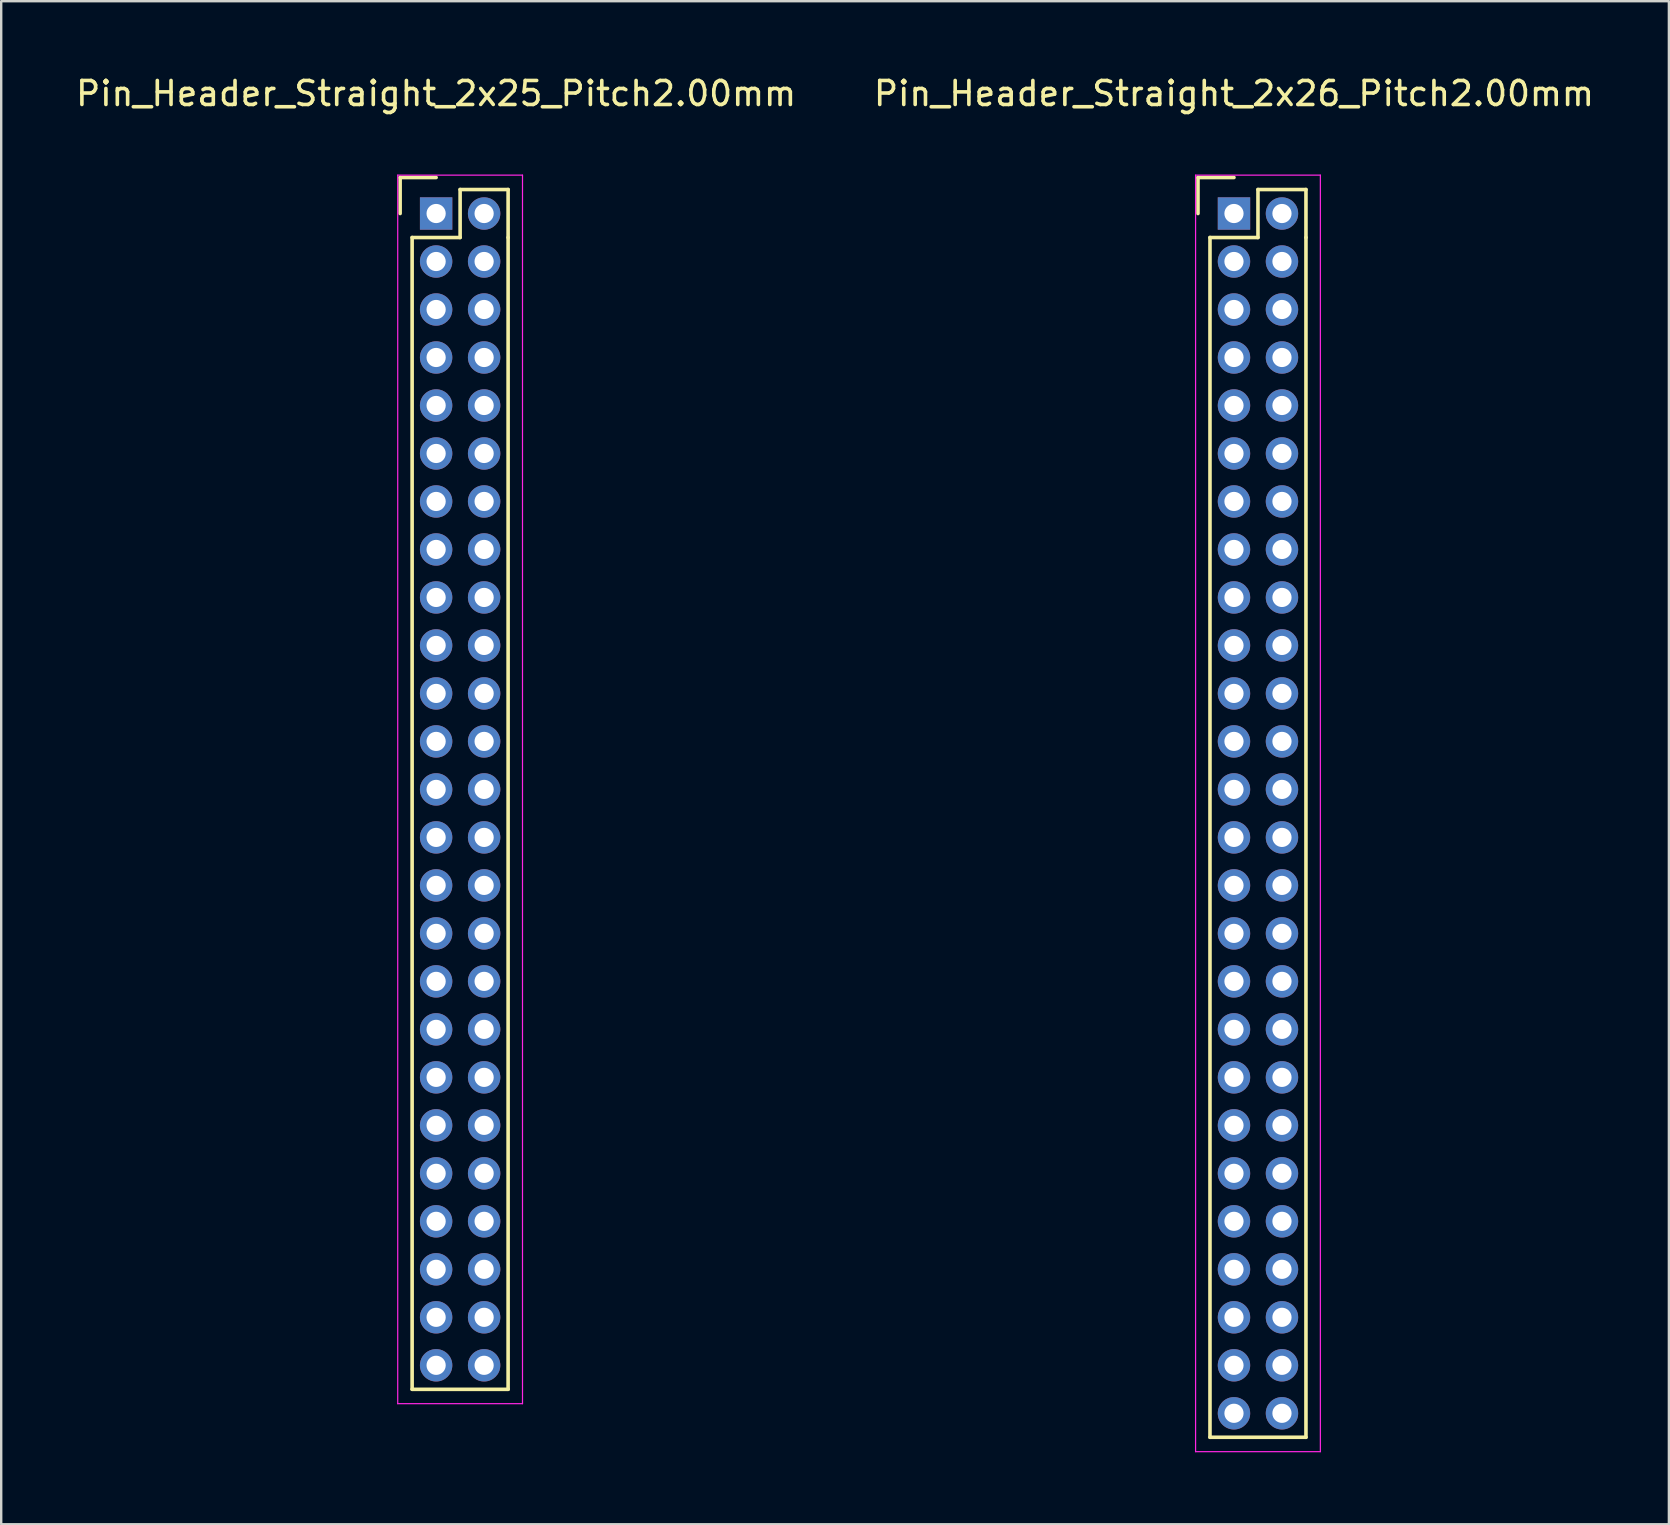
<source format=kicad_pcb>
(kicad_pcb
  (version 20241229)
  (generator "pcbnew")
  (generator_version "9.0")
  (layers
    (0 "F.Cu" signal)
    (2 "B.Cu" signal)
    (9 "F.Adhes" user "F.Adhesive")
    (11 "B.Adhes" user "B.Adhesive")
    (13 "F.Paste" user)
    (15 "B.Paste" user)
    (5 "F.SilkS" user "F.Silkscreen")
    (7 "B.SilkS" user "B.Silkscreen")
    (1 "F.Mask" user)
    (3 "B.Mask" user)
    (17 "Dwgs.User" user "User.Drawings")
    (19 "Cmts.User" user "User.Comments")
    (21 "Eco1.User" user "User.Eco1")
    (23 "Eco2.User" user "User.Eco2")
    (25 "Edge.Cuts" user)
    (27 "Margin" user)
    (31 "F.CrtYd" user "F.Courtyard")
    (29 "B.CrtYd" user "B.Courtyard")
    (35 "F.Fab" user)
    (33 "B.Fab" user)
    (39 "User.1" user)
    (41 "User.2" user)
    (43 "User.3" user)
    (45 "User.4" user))
  (footprint "Pin_Header_Straight_2x26_Pitch2.00mm"
    (layer "F.Cu")
    (at 48.375 5.848)
    (property "Reference" "Pin_Header_Straight_2x26_Pitch2.00mm" (at 0 -5 0) (layer "F.SilkS") (effects (font (size 1 1) (thickness 0.15))))
    (attr through_hole)
    (fp_line (start -1.5 -1.5) (end 0 -1.5) (stroke (width 0.15) (type solid)) (layer "F.SilkS"))
    (fp_line (start -1.5 0) (end -1.5 -1.5) (stroke (width 0.15) (type solid)) (layer "F.SilkS"))
    (fp_line (start -1 1) (end 1 1) (stroke (width 0.15) (type solid)) (layer "F.SilkS"))
    (fp_line (start -1 51) (end -1 1) (stroke (width 0.15) (type solid)) (layer "F.SilkS"))
    (fp_line (start 1 -1) (end 3 -1) (stroke (width 0.15) (type solid)) (layer "F.SilkS"))
    (fp_line (start 1 1) (end 1 -1) (stroke (width 0.15) (type solid)) (layer "F.SilkS"))
    (fp_line (start 3 -1) (end 3 1) (stroke (width 0.15) (type solid)) (layer "F.SilkS"))
    (fp_line (start 3 1) (end 3 51) (stroke (width 0.15) (type solid)) (layer "F.SilkS"))
    (fp_line (start 3 51) (end -1 51) (stroke (width 0.15) (type solid)) (layer "F.SilkS"))
    (fp_line (start -1.6 -1.6) (end 3.6 -1.6) (stroke (width 0.05) (type solid)) (layer "F.CrtYd"))
    (fp_line (start -1.6 51.6) (end -1.6 -1.6) (stroke (width 0.05) (type solid)) (layer "F.CrtYd"))
    (fp_line (start 3.6 -1.6) (end 3.6 51.6) (stroke (width 0.05) (type solid)) (layer "F.CrtYd"))
    (fp_line (start 3.6 51.6) (end -1.6 51.6) (stroke (width 0.05) (type solid)) (layer "F.CrtYd"))
    (pad "1" thru_hole rect (at 0 0) (size 1.35 1.35) (drill 0.8) (layers "*.Cu" "*.Mask"))
    (pad "2" thru_hole circle (at 2 0) (size 1.35 1.35) (drill 0.8) (layers "*.Cu" "*.Mask"))
    (pad "3" thru_hole circle (at 0 2) (size 1.35 1.35) (drill 0.8) (layers "*.Cu" "*.Mask"))
    (pad "4" thru_hole circle (at 2 2) (size 1.35 1.35) (drill 0.8) (layers "*.Cu" "*.Mask"))
    (pad "5" thru_hole circle (at 0 4) (size 1.35 1.35) (drill 0.8) (layers "*.Cu" "*.Mask"))
    (pad "6" thru_hole circle (at 2 4) (size 1.35 1.35) (drill 0.8) (layers "*.Cu" "*.Mask"))
    (pad "7" thru_hole circle (at 0 6) (size 1.35 1.35) (drill 0.8) (layers "*.Cu" "*.Mask"))
    (pad "8" thru_hole circle (at 2 6) (size 1.35 1.35) (drill 0.8) (layers "*.Cu" "*.Mask"))
    (pad "9" thru_hole circle (at 0 8) (size 1.35 1.35) (drill 0.8) (layers "*.Cu" "*.Mask"))
    (pad "10" thru_hole circle (at 2 8) (size 1.35 1.35) (drill 0.8) (layers "*.Cu" "*.Mask"))
    (pad "11" thru_hole circle (at 0 10) (size 1.35 1.35) (drill 0.8) (layers "*.Cu" "*.Mask"))
    (pad "12" thru_hole circle (at 2 10) (size 1.35 1.35) (drill 0.8) (layers "*.Cu" "*.Mask"))
    (pad "13" thru_hole circle (at 0 12) (size 1.35 1.35) (drill 0.8) (layers "*.Cu" "*.Mask"))
    (pad "14" thru_hole circle (at 2 12) (size 1.35 1.35) (drill 0.8) (layers "*.Cu" "*.Mask"))
    (pad "15" thru_hole circle (at 0 14) (size 1.35 1.35) (drill 0.8) (layers "*.Cu" "*.Mask"))
    (pad "16" thru_hole circle (at 2 14) (size 1.35 1.35) (drill 0.8) (layers "*.Cu" "*.Mask"))
    (pad "17" thru_hole circle (at 0 16) (size 1.35 1.35) (drill 0.8) (layers "*.Cu" "*.Mask"))
    (pad "18" thru_hole circle (at 2 16) (size 1.35 1.35) (drill 0.8) (layers "*.Cu" "*.Mask"))
    (pad "19" thru_hole circle (at 0 18) (size 1.35 1.35) (drill 0.8) (layers "*.Cu" "*.Mask"))
    (pad "20" thru_hole circle (at 2 18) (size 1.35 1.35) (drill 0.8) (layers "*.Cu" "*.Mask"))
    (pad "21" thru_hole circle (at 0 20) (size 1.35 1.35) (drill 0.8) (layers "*.Cu" "*.Mask"))
    (pad "22" thru_hole circle (at 2 20) (size 1.35 1.35) (drill 0.8) (layers "*.Cu" "*.Mask"))
    (pad "23" thru_hole circle (at 0 22) (size 1.35 1.35) (drill 0.8) (layers "*.Cu" "*.Mask"))
    (pad "24" thru_hole circle (at 2 22) (size 1.35 1.35) (drill 0.8) (layers "*.Cu" "*.Mask"))
    (pad "25" thru_hole circle (at 0 24) (size 1.35 1.35) (drill 0.8) (layers "*.Cu" "*.Mask"))
    (pad "26" thru_hole circle (at 2 24) (size 1.35 1.35) (drill 0.8) (layers "*.Cu" "*.Mask"))
    (pad "27" thru_hole circle (at 0 26) (size 1.35 1.35) (drill 0.8) (layers "*.Cu" "*.Mask"))
    (pad "28" thru_hole circle (at 2 26) (size 1.35 1.35) (drill 0.8) (layers "*.Cu" "*.Mask"))
    (pad "29" thru_hole circle (at 0 28) (size 1.35 1.35) (drill 0.8) (layers "*.Cu" "*.Mask"))
    (pad "30" thru_hole circle (at 2 28) (size 1.35 1.35) (drill 0.8) (layers "*.Cu" "*.Mask"))
    (pad "31" thru_hole circle (at 0 30) (size 1.35 1.35) (drill 0.8) (layers "*.Cu" "*.Mask"))
    (pad "32" thru_hole circle (at 2 30) (size 1.35 1.35) (drill 0.8) (layers "*.Cu" "*.Mask"))
    (pad "33" thru_hole circle (at 0 32) (size 1.35 1.35) (drill 0.8) (layers "*.Cu" "*.Mask"))
    (pad "34" thru_hole circle (at 2 32) (size 1.35 1.35) (drill 0.8) (layers "*.Cu" "*.Mask"))
    (pad "35" thru_hole circle (at 0 34) (size 1.35 1.35) (drill 0.8) (layers "*.Cu" "*.Mask"))
    (pad "36" thru_hole circle (at 2 34) (size 1.35 1.35) (drill 0.8) (layers "*.Cu" "*.Mask"))
    (pad "37" thru_hole circle (at 0 36) (size 1.35 1.35) (drill 0.8) (layers "*.Cu" "*.Mask"))
    (pad "38" thru_hole circle (at 2 36) (size 1.35 1.35) (drill 0.8) (layers "*.Cu" "*.Mask"))
    (pad "39" thru_hole circle (at 0 38) (size 1.35 1.35) (drill 0.8) (layers "*.Cu" "*.Mask"))
    (pad "40" thru_hole circle (at 2 38) (size 1.35 1.35) (drill 0.8) (layers "*.Cu" "*.Mask"))
    (pad "41" thru_hole circle (at 0 40) (size 1.35 1.35) (drill 0.8) (layers "*.Cu" "*.Mask"))
    (pad "42" thru_hole circle (at 2 40) (size 1.35 1.35) (drill 0.8) (layers "*.Cu" "*.Mask"))
    (pad "43" thru_hole circle (at 0 42) (size 1.35 1.35) (drill 0.8) (layers "*.Cu" "*.Mask"))
    (pad "44" thru_hole circle (at 2 42) (size 1.35 1.35) (drill 0.8) (layers "*.Cu" "*.Mask"))
    (pad "45" thru_hole circle (at 0 44) (size 1.35 1.35) (drill 0.8) (layers "*.Cu" "*.Mask"))
    (pad "46" thru_hole circle (at 2 44) (size 1.35 1.35) (drill 0.8) (layers "*.Cu" "*.Mask"))
    (pad "47" thru_hole circle (at 0 46) (size 1.35 1.35) (drill 0.8) (layers "*.Cu" "*.Mask"))
    (pad "48" thru_hole circle (at 2 46) (size 1.35 1.35) (drill 0.8) (layers "*.Cu" "*.Mask"))
    (pad "49" thru_hole circle (at 0 48) (size 1.35 1.35) (drill 0.8) (layers "*.Cu" "*.Mask"))
    (pad "50" thru_hole circle (at 2 48) (size 1.35 1.35) (drill 0.8) (layers "*.Cu" "*.Mask"))
    (pad "51" thru_hole circle (at 0 50) (size 1.35 1.35) (drill 0.8) (layers "*.Cu" "*.Mask"))
    (pad "52" thru_hole circle (at 2 50) (size 1.35 1.35) (drill 0.8) (layers "*.Cu" "*.Mask")))
  (footprint "Pin_Header_Straight_2x25_Pitch2.00mm"
    (layer "F.Cu")
    (at 15.125 5.848)
    (property "Reference" "Pin_Header_Straight_2x25_Pitch2.00mm" (at 0 -5 0) (layer "F.SilkS") (effects (font (size 1 1) (thickness 0.15))))
    (attr through_hole)
    (fp_line (start -1.5 -1.5) (end 0 -1.5) (stroke (width 0.15) (type solid)) (layer "F.SilkS"))
    (fp_line (start -1.5 0) (end -1.5 -1.5) (stroke (width 0.15) (type solid)) (layer "F.SilkS"))
    (fp_line (start -1 1) (end 1 1) (stroke (width 0.15) (type solid)) (layer "F.SilkS"))
    (fp_line (start -1 49) (end -1 1) (stroke (width 0.15) (type solid)) (layer "F.SilkS"))
    (fp_line (start 1 -1) (end 3 -1) (stroke (width 0.15) (type solid)) (layer "F.SilkS"))
    (fp_line (start 1 1) (end 1 -1) (stroke (width 0.15) (type solid)) (layer "F.SilkS"))
    (fp_line (start 3 -1) (end 3 1) (stroke (width 0.15) (type solid)) (layer "F.SilkS"))
    (fp_line (start 3 1) (end 3 49) (stroke (width 0.15) (type solid)) (layer "F.SilkS"))
    (fp_line (start 3 49) (end -1 49) (stroke (width 0.15) (type solid)) (layer "F.SilkS"))
    (fp_line (start -1.6 -1.6) (end 3.6 -1.6) (stroke (width 0.05) (type solid)) (layer "F.CrtYd"))
    (fp_line (start -1.6 49.6) (end -1.6 -1.6) (stroke (width 0.05) (type solid)) (layer "F.CrtYd"))
    (fp_line (start 3.6 -1.6) (end 3.6 49.6) (stroke (width 0.05) (type solid)) (layer "F.CrtYd"))
    (fp_line (start 3.6 49.6) (end -1.6 49.6) (stroke (width 0.05) (type solid)) (layer "F.CrtYd"))
    (pad "1" thru_hole rect (at 0 0) (size 1.35 1.35) (drill 0.8) (layers "*.Cu" "*.Mask"))
    (pad "2" thru_hole circle (at 2 0) (size 1.35 1.35) (drill 0.8) (layers "*.Cu" "*.Mask"))
    (pad "3" thru_hole circle (at 0 2) (size 1.35 1.35) (drill 0.8) (layers "*.Cu" "*.Mask"))
    (pad "4" thru_hole circle (at 2 2) (size 1.35 1.35) (drill 0.8) (layers "*.Cu" "*.Mask"))
    (pad "5" thru_hole circle (at 0 4) (size 1.35 1.35) (drill 0.8) (layers "*.Cu" "*.Mask"))
    (pad "6" thru_hole circle (at 2 4) (size 1.35 1.35) (drill 0.8) (layers "*.Cu" "*.Mask"))
    (pad "7" thru_hole circle (at 0 6) (size 1.35 1.35) (drill 0.8) (layers "*.Cu" "*.Mask"))
    (pad "8" thru_hole circle (at 2 6) (size 1.35 1.35) (drill 0.8) (layers "*.Cu" "*.Mask"))
    (pad "9" thru_hole circle (at 0 8) (size 1.35 1.35) (drill 0.8) (layers "*.Cu" "*.Mask"))
    (pad "10" thru_hole circle (at 2 8) (size 1.35 1.35) (drill 0.8) (layers "*.Cu" "*.Mask"))
    (pad "11" thru_hole circle (at 0 10) (size 1.35 1.35) (drill 0.8) (layers "*.Cu" "*.Mask"))
    (pad "12" thru_hole circle (at 2 10) (size 1.35 1.35) (drill 0.8) (layers "*.Cu" "*.Mask"))
    (pad "13" thru_hole circle (at 0 12) (size 1.35 1.35) (drill 0.8) (layers "*.Cu" "*.Mask"))
    (pad "14" thru_hole circle (at 2 12) (size 1.35 1.35) (drill 0.8) (layers "*.Cu" "*.Mask"))
    (pad "15" thru_hole circle (at 0 14) (size 1.35 1.35) (drill 0.8) (layers "*.Cu" "*.Mask"))
    (pad "16" thru_hole circle (at 2 14) (size 1.35 1.35) (drill 0.8) (layers "*.Cu" "*.Mask"))
    (pad "17" thru_hole circle (at 0 16) (size 1.35 1.35) (drill 0.8) (layers "*.Cu" "*.Mask"))
    (pad "18" thru_hole circle (at 2 16) (size 1.35 1.35) (drill 0.8) (layers "*.Cu" "*.Mask"))
    (pad "19" thru_hole circle (at 0 18) (size 1.35 1.35) (drill 0.8) (layers "*.Cu" "*.Mask"))
    (pad "20" thru_hole circle (at 2 18) (size 1.35 1.35) (drill 0.8) (layers "*.Cu" "*.Mask"))
    (pad "21" thru_hole circle (at 0 20) (size 1.35 1.35) (drill 0.8) (layers "*.Cu" "*.Mask"))
    (pad "22" thru_hole circle (at 2 20) (size 1.35 1.35) (drill 0.8) (layers "*.Cu" "*.Mask"))
    (pad "23" thru_hole circle (at 0 22) (size 1.35 1.35) (drill 0.8) (layers "*.Cu" "*.Mask"))
    (pad "24" thru_hole circle (at 2 22) (size 1.35 1.35) (drill 0.8) (layers "*.Cu" "*.Mask"))
    (pad "25" thru_hole circle (at 0 24) (size 1.35 1.35) (drill 0.8) (layers "*.Cu" "*.Mask"))
    (pad "26" thru_hole circle (at 2 24) (size 1.35 1.35) (drill 0.8) (layers "*.Cu" "*.Mask"))
    (pad "27" thru_hole circle (at 0 26) (size 1.35 1.35) (drill 0.8) (layers "*.Cu" "*.Mask"))
    (pad "28" thru_hole circle (at 2 26) (size 1.35 1.35) (drill 0.8) (layers "*.Cu" "*.Mask"))
    (pad "29" thru_hole circle (at 0 28) (size 1.35 1.35) (drill 0.8) (layers "*.Cu" "*.Mask"))
    (pad "30" thru_hole circle (at 2 28) (size 1.35 1.35) (drill 0.8) (layers "*.Cu" "*.Mask"))
    (pad "31" thru_hole circle (at 0 30) (size 1.35 1.35) (drill 0.8) (layers "*.Cu" "*.Mask"))
    (pad "32" thru_hole circle (at 2 30) (size 1.35 1.35) (drill 0.8) (layers "*.Cu" "*.Mask"))
    (pad "33" thru_hole circle (at 0 32) (size 1.35 1.35) (drill 0.8) (layers "*.Cu" "*.Mask"))
    (pad "34" thru_hole circle (at 2 32) (size 1.35 1.35) (drill 0.8) (layers "*.Cu" "*.Mask"))
    (pad "35" thru_hole circle (at 0 34) (size 1.35 1.35) (drill 0.8) (layers "*.Cu" "*.Mask"))
    (pad "36" thru_hole circle (at 2 34) (size 1.35 1.35) (drill 0.8) (layers "*.Cu" "*.Mask"))
    (pad "37" thru_hole circle (at 0 36) (size 1.35 1.35) (drill 0.8) (layers "*.Cu" "*.Mask"))
    (pad "38" thru_hole circle (at 2 36) (size 1.35 1.35) (drill 0.8) (layers "*.Cu" "*.Mask"))
    (pad "39" thru_hole circle (at 0 38) (size 1.35 1.35) (drill 0.8) (layers "*.Cu" "*.Mask"))
    (pad "40" thru_hole circle (at 2 38) (size 1.35 1.35) (drill 0.8) (layers "*.Cu" "*.Mask"))
    (pad "41" thru_hole circle (at 0 40) (size 1.35 1.35) (drill 0.8) (layers "*.Cu" "*.Mask"))
    (pad "42" thru_hole circle (at 2 40) (size 1.35 1.35) (drill 0.8) (layers "*.Cu" "*.Mask"))
    (pad "43" thru_hole circle (at 0 42) (size 1.35 1.35) (drill 0.8) (layers "*.Cu" "*.Mask"))
    (pad "44" thru_hole circle (at 2 42) (size 1.35 1.35) (drill 0.8) (layers "*.Cu" "*.Mask"))
    (pad "45" thru_hole circle (at 0 44) (size 1.35 1.35) (drill 0.8) (layers "*.Cu" "*.Mask"))
    (pad "46" thru_hole circle (at 2 44) (size 1.35 1.35) (drill 0.8) (layers "*.Cu" "*.Mask"))
    (pad "47" thru_hole circle (at 0 46) (size 1.35 1.35) (drill 0.8) (layers "*.Cu" "*.Mask"))
    (pad "48" thru_hole circle (at 2 46) (size 1.35 1.35) (drill 0.8) (layers "*.Cu" "*.Mask"))
    (pad "49" thru_hole circle (at 0 48) (size 1.35 1.35) (drill 0.8) (layers "*.Cu" "*.Mask"))
    (pad "50" thru_hole circle (at 2 48) (size 1.35 1.35) (drill 0.8) (layers "*.Cu" "*.Mask")))
  (gr_rect
    (start -3 -3)
    (end 66.5 60.473)
    (stroke (width 0.1) (type default))
    (fill no)
    (layer "Edge.Cuts")))
</source>
